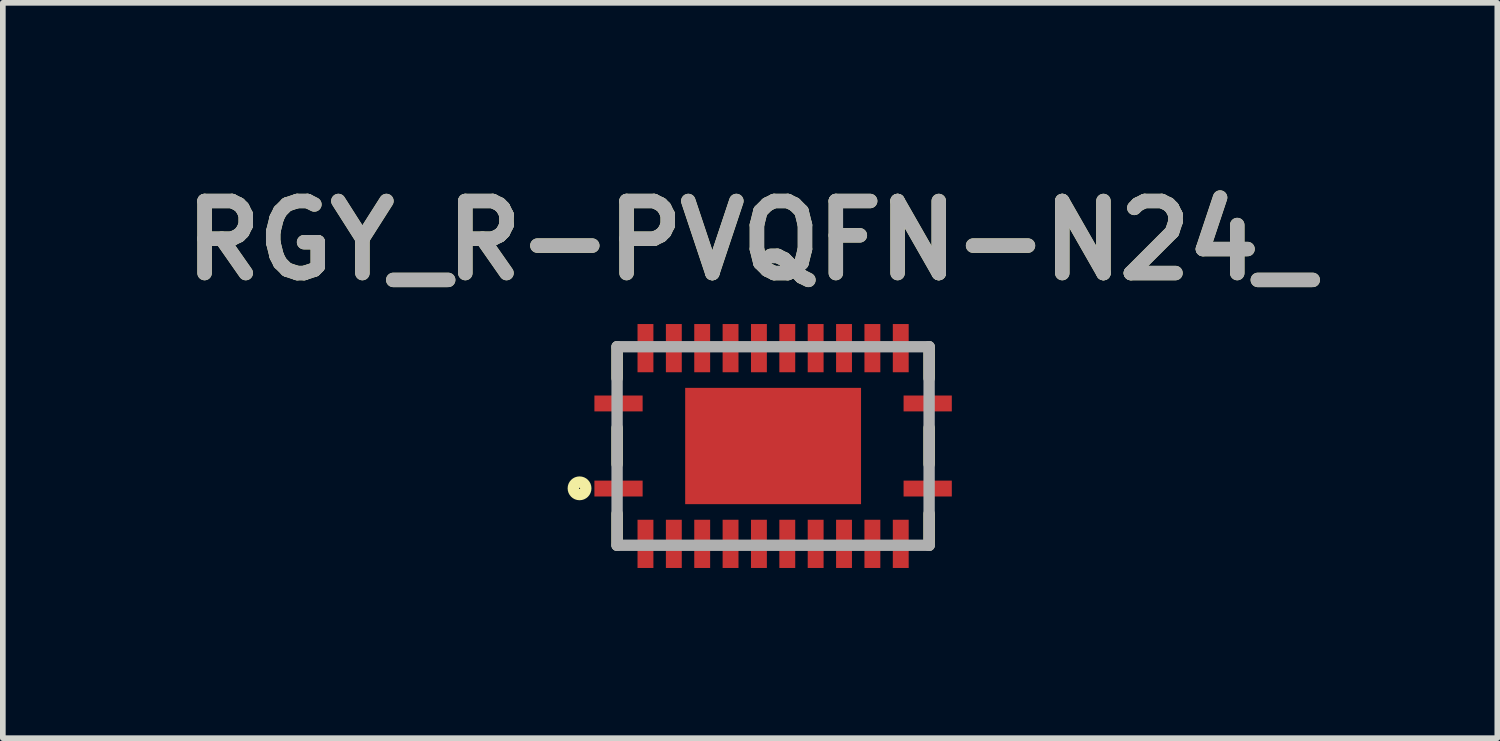
<source format=kicad_pcb>
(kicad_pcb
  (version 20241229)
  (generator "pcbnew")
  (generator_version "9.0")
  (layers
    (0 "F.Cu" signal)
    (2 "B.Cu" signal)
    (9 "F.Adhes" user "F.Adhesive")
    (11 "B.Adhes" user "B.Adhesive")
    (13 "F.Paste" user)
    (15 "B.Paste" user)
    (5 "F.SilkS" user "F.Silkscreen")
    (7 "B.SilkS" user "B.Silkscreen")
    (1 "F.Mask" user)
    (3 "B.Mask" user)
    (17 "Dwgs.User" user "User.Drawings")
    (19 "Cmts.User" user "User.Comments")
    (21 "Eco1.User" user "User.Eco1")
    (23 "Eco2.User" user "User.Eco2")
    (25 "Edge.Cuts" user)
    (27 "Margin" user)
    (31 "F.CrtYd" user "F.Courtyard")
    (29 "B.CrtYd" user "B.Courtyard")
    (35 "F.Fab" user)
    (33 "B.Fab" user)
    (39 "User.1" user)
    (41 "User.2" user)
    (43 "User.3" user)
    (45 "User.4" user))
  (footprint "RGY_R-PVQFN-N24_"
    (layer "F.Cu")
    (at 10.578 4.812)
    (property "Reference" "RGY_R-PVQFN-N24_" (at -0.406 -3.623 0) (layer "F.SilkS") (effects (font (size 1.27 1.27) (thickness 0.254))))
    (attr smd)
    (fp_line (start -2.75 -1.75) (end -2.75 -1.194) (stroke (width 0.2) (type solid)) (layer "F.SilkS"))
    (fp_line (start -2.75 -0.32) (end -2.75 0.32) (stroke (width 0.2) (type solid)) (layer "F.SilkS"))
    (fp_line (start -2.75 1.75) (end -2.75 1.194) (stroke (width 0.2) (type solid)) (layer "F.SilkS"))
    (fp_line (start 2.75 -1.75) (end 2.75 -1.194) (stroke (width 0.2) (type solid)) (layer "F.SilkS"))
    (fp_line (start 2.75 -0.32) (end 2.75 0.32) (stroke (width 0.2) (type solid)) (layer "F.SilkS"))
    (fp_line (start 2.75 1.75) (end 2.75 1.194) (stroke (width 0.2) (type solid)) (layer "F.SilkS"))
    (fp_circle (center -3.412 0.746) (end -3.412 0.756) (stroke (width 0.2) (type solid)) (fill no) (layer "F.SilkS"))
    (fp_line (start -2.75 -1.75) (end 2.75 -1.75) (stroke (width 0.2) (type solid)) (layer "F.Fab"))
    (fp_line (start -2.75 1.75) (end -2.75 -1.75) (stroke (width 0.2) (type solid)) (layer "F.Fab"))
    (fp_line (start 2.75 -1.75) (end 2.75 1.75) (stroke (width 0.2) (type solid)) (layer "F.Fab"))
    (fp_line (start 2.75 1.75) (end -2.75 1.75) (stroke (width 0.2) (type solid)) (layer "F.Fab"))
    (fp_text user "${REFERENCE}" (at -0.406 -3.623 0) (layer "F.Fab") (effects (font (size 1.27 1.27) (thickness 0.254))))
    (pad "1" smd rect (at -2.725 0.75 90) (size 0.28 0.85) (layers "F.Cu" "F.Mask" "F.Paste"))
    (pad "2" smd rect (at -2.25 1.725) (size 0.28 0.85) (layers "F.Cu" "F.Mask" "F.Paste"))
    (pad "3" smd rect (at -1.75 1.725) (size 0.28 0.85) (layers "F.Cu" "F.Mask" "F.Paste"))
    (pad "4" smd rect (at -1.25 1.725) (size 0.28 0.85) (layers "F.Cu" "F.Mask" "F.Paste"))
    (pad "5" smd rect (at -0.75 1.725) (size 0.28 0.85) (layers "F.Cu" "F.Mask" "F.Paste"))
    (pad "6" smd rect (at -0.25 1.725) (size 0.28 0.85) (layers "F.Cu" "F.Mask" "F.Paste"))
    (pad "7" smd rect (at 0.25 1.725) (size 0.28 0.85) (layers "F.Cu" "F.Mask" "F.Paste"))
    (pad "8" smd rect (at 0.75 1.725) (size 0.28 0.85) (layers "F.Cu" "F.Mask" "F.Paste"))
    (pad "9" smd rect (at 1.25 1.725) (size 0.28 0.85) (layers "F.Cu" "F.Mask" "F.Paste"))
    (pad "10" smd rect (at 1.75 1.725) (size 0.28 0.85) (layers "F.Cu" "F.Mask" "F.Paste"))
    (pad "11" smd rect (at 2.25 1.725) (size 0.28 0.85) (layers "F.Cu" "F.Mask" "F.Paste"))
    (pad "12" smd rect (at 2.725 0.75 90) (size 0.28 0.85) (layers "F.Cu" "F.Mask" "F.Paste"))
    (pad "13" smd rect (at 2.725 -0.75 90) (size 0.28 0.85) (layers "F.Cu" "F.Mask" "F.Paste"))
    (pad "14" smd rect (at 2.25 -1.725) (size 0.28 0.85) (layers "F.Cu" "F.Mask" "F.Paste"))
    (pad "15" smd rect (at 1.75 -1.725) (size 0.28 0.85) (layers "F.Cu" "F.Mask" "F.Paste"))
    (pad "16" smd rect (at 1.25 -1.725) (size 0.28 0.85) (layers "F.Cu" "F.Mask" "F.Paste"))
    (pad "17" smd rect (at 0.75 -1.725) (size 0.28 0.85) (layers "F.Cu" "F.Mask" "F.Paste"))
    (pad "18" smd rect (at 0.25 -1.725) (size 0.28 0.85) (layers "F.Cu" "F.Mask" "F.Paste"))
    (pad "19" smd rect (at -0.25 -1.725) (size 0.28 0.85) (layers "F.Cu" "F.Mask" "F.Paste"))
    (pad "20" smd rect (at -0.75 -1.725) (size 0.28 0.85) (layers "F.Cu" "F.Mask" "F.Paste"))
    (pad "21" smd rect (at -1.25 -1.725) (size 0.28 0.85) (layers "F.Cu" "F.Mask" "F.Paste"))
    (pad "22" smd rect (at -1.75 -1.725) (size 0.28 0.85) (layers "F.Cu" "F.Mask" "F.Paste"))
    (pad "23" smd rect (at -2.25 -1.725) (size 0.28 0.85) (layers "F.Cu" "F.Mask" "F.Paste"))
    (pad "24" smd rect (at -2.725 -0.75 90) (size 0.28 0.85) (layers "F.Cu" "F.Mask" "F.Paste"))
    (pad "25" smd rect (at 0 0 90) (size 2.05 3.1) (layers "F.Cu" "F.Mask" "F.Paste")))
  (gr_rect
    (start -3 -3)
    (end 23.344 9.962)
    (stroke (width 0.1) (type default))
    (fill no)
    (layer "Edge.Cuts")))
</source>
